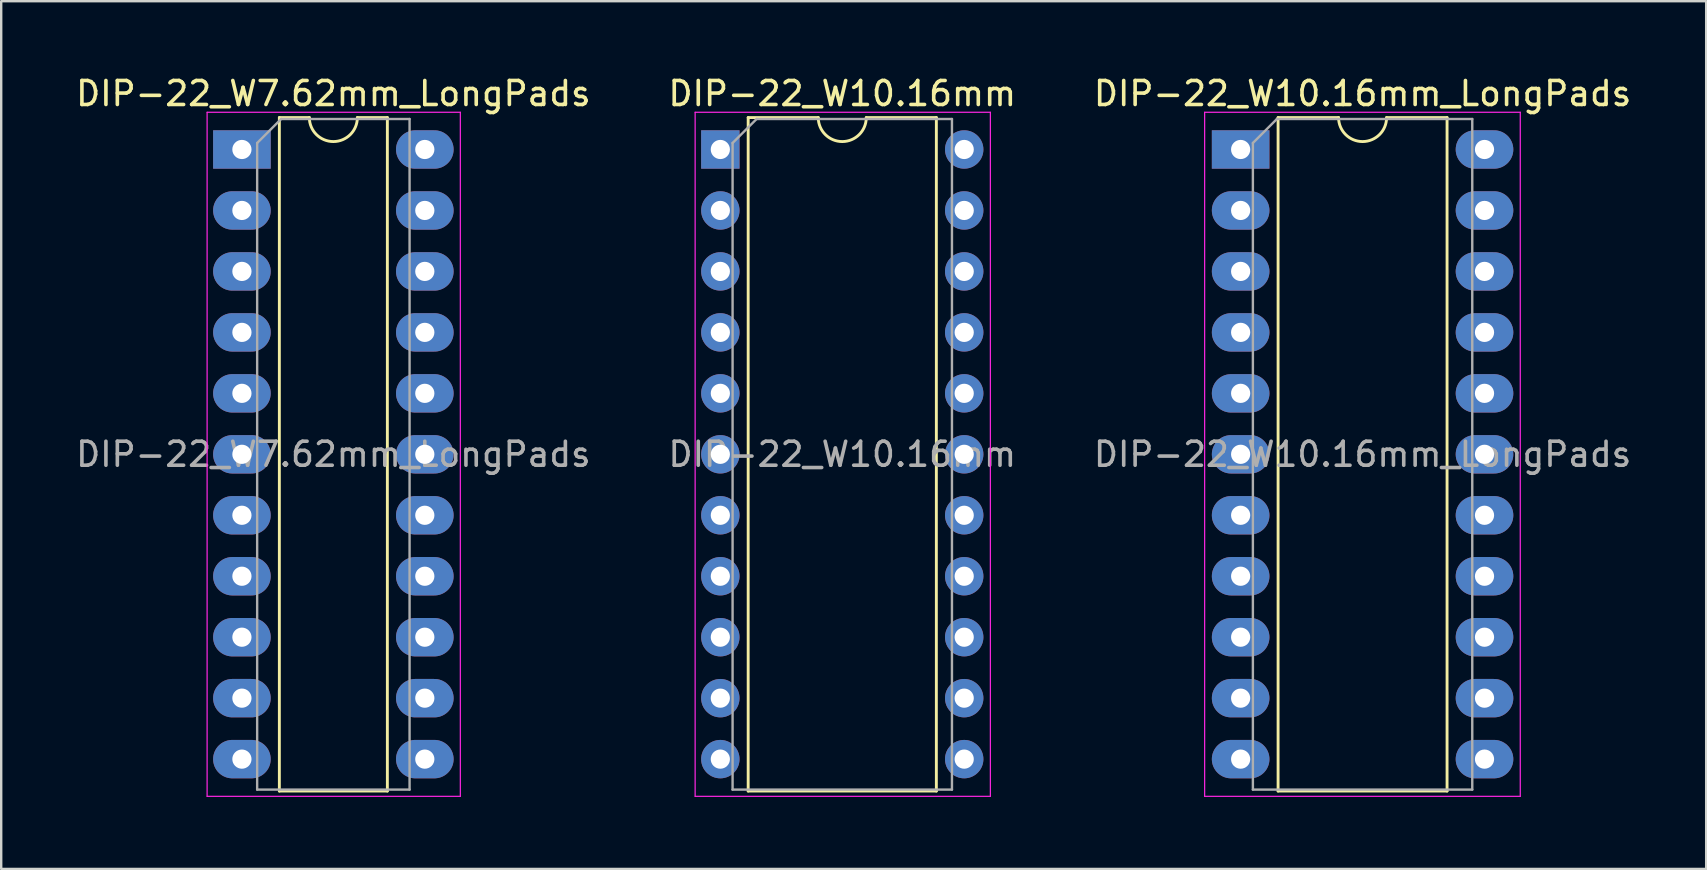
<source format=kicad_pcb>
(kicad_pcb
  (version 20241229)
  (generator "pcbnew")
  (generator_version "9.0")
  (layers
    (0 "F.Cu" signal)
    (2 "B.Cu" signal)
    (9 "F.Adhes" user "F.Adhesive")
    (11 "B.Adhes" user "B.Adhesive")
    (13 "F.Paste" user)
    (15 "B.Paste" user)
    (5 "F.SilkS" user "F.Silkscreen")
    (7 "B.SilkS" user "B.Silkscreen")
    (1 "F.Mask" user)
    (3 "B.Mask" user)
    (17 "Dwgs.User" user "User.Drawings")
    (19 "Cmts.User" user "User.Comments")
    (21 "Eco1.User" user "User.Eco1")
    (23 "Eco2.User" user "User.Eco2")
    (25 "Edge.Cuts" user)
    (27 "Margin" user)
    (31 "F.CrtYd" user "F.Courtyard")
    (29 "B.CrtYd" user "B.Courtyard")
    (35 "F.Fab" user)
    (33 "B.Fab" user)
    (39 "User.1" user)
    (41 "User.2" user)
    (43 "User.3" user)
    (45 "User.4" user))
  (footprint "DIP-22_W10.16mm"
    (layer "F.Cu")
    (at 26.962 3.178)
    (property "Reference" "DIP-22_W10.16mm" (at 5.08 -2.33 0) (layer "F.SilkS") (effects (font (size 1 1) (thickness 0.15))))
    (attr through_hole)
    (fp_line (start 1.16 -1.33) (end 1.16 26.73) (stroke (width 0.12) (type solid)) (layer "F.SilkS"))
    (fp_line (start 1.16 26.73) (end 9 26.73) (stroke (width 0.12) (type solid)) (layer "F.SilkS"))
    (fp_line (start 4.08 -1.33) (end 1.16 -1.33) (stroke (width 0.12) (type solid)) (layer "F.SilkS"))
    (fp_line (start 9 -1.33) (end 6.08 -1.33) (stroke (width 0.12) (type solid)) (layer "F.SilkS"))
    (fp_line (start 9 26.73) (end 9 -1.33) (stroke (width 0.12) (type solid)) (layer "F.SilkS"))
    (fp_arc (start 6.08 -1.33) (mid 5.08 -0.33) (end 4.08 -1.33) (stroke (width 0.12) (type solid)) (layer "F.SilkS"))
    (fp_line (start -1.05 -1.55) (end -1.05 26.95) (stroke (width 0.05) (type solid)) (layer "F.CrtYd"))
    (fp_line (start -1.05 26.95) (end 11.25 26.95) (stroke (width 0.05) (type solid)) (layer "F.CrtYd"))
    (fp_line (start 11.25 -1.55) (end -1.05 -1.55) (stroke (width 0.05) (type solid)) (layer "F.CrtYd"))
    (fp_line (start 11.25 26.95) (end 11.25 -1.55) (stroke (width 0.05) (type solid)) (layer "F.CrtYd"))
    (fp_line (start 0.51 -0.27) (end 1.51 -1.27) (stroke (width 0.1) (type solid)) (layer "F.Fab"))
    (fp_line (start 0.51 26.67) (end 0.51 -0.27) (stroke (width 0.1) (type solid)) (layer "F.Fab"))
    (fp_line (start 1.51 -1.27) (end 9.65 -1.27) (stroke (width 0.1) (type solid)) (layer "F.Fab"))
    (fp_line (start 9.65 -1.27) (end 9.65 26.67) (stroke (width 0.1) (type solid)) (layer "F.Fab"))
    (fp_line (start 9.65 26.67) (end 0.51 26.67) (stroke (width 0.1) (type solid)) (layer "F.Fab"))
    (fp_text user "${REFERENCE}" (at 5.08 12.7 0) (layer "F.Fab") (effects (font (size 1 1) (thickness 0.15))))
    (pad "1" thru_hole rect (at 0 0) (size 1.6 1.6) (drill 0.8) (layers "*.Cu" "*.Mask"))
    (pad "2" thru_hole oval (at 0 2.54) (size 1.6 1.6) (drill 0.8) (layers "*.Cu" "*.Mask"))
    (pad "3" thru_hole oval (at 0 5.08) (size 1.6 1.6) (drill 0.8) (layers "*.Cu" "*.Mask"))
    (pad "4" thru_hole oval (at 0 7.62) (size 1.6 1.6) (drill 0.8) (layers "*.Cu" "*.Mask"))
    (pad "5" thru_hole oval (at 0 10.16) (size 1.6 1.6) (drill 0.8) (layers "*.Cu" "*.Mask"))
    (pad "6" thru_hole oval (at 0 12.7) (size 1.6 1.6) (drill 0.8) (layers "*.Cu" "*.Mask"))
    (pad "7" thru_hole oval (at 0 15.24) (size 1.6 1.6) (drill 0.8) (layers "*.Cu" "*.Mask"))
    (pad "8" thru_hole oval (at 0 17.78) (size 1.6 1.6) (drill 0.8) (layers "*.Cu" "*.Mask"))
    (pad "9" thru_hole oval (at 0 20.32) (size 1.6 1.6) (drill 0.8) (layers "*.Cu" "*.Mask"))
    (pad "10" thru_hole oval (at 0 22.86) (size 1.6 1.6) (drill 0.8) (layers "*.Cu" "*.Mask"))
    (pad "11" thru_hole oval (at 0 25.4) (size 1.6 1.6) (drill 0.8) (layers "*.Cu" "*.Mask"))
    (pad "12" thru_hole oval (at 10.16 25.4) (size 1.6 1.6) (drill 0.8) (layers "*.Cu" "*.Mask"))
    (pad "13" thru_hole oval (at 10.16 22.86) (size 1.6 1.6) (drill 0.8) (layers "*.Cu" "*.Mask"))
    (pad "14" thru_hole oval (at 10.16 20.32) (size 1.6 1.6) (drill 0.8) (layers "*.Cu" "*.Mask"))
    (pad "15" thru_hole oval (at 10.16 17.78) (size 1.6 1.6) (drill 0.8) (layers "*.Cu" "*.Mask"))
    (pad "16" thru_hole oval (at 10.16 15.24) (size 1.6 1.6) (drill 0.8) (layers "*.Cu" "*.Mask"))
    (pad "17" thru_hole oval (at 10.16 12.7) (size 1.6 1.6) (drill 0.8) (layers "*.Cu" "*.Mask"))
    (pad "18" thru_hole oval (at 10.16 10.16) (size 1.6 1.6) (drill 0.8) (layers "*.Cu" "*.Mask"))
    (pad "19" thru_hole oval (at 10.16 7.62) (size 1.6 1.6) (drill 0.8) (layers "*.Cu" "*.Mask"))
    (pad "20" thru_hole oval (at 10.16 5.08) (size 1.6 1.6) (drill 0.8) (layers "*.Cu" "*.Mask"))
    (pad "21" thru_hole oval (at 10.16 2.54) (size 1.6 1.6) (drill 0.8) (layers "*.Cu" "*.Mask"))
    (pad "22" thru_hole oval (at 10.16 0) (size 1.6 1.6) (drill 0.8) (layers "*.Cu" "*.Mask")))
  (footprint "DIP-22_W7.62mm_LongPads"
    (layer "F.Cu")
    (at 7.029 3.178)
    (property "Reference" "DIP-22_W7.62mm_LongPads" (at 3.81 -2.33 0) (layer "F.SilkS") (effects (font (size 1 1) (thickness 0.15))))
    (attr through_hole)
    (fp_line (start 1.56 -1.33) (end 1.56 26.73) (stroke (width 0.12) (type solid)) (layer "F.SilkS"))
    (fp_line (start 1.56 26.73) (end 6.06 26.73) (stroke (width 0.12) (type solid)) (layer "F.SilkS"))
    (fp_line (start 2.81 -1.33) (end 1.56 -1.33) (stroke (width 0.12) (type solid)) (layer "F.SilkS"))
    (fp_line (start 6.06 -1.33) (end 4.81 -1.33) (stroke (width 0.12) (type solid)) (layer "F.SilkS"))
    (fp_line (start 6.06 26.73) (end 6.06 -1.33) (stroke (width 0.12) (type solid)) (layer "F.SilkS"))
    (fp_arc (start 4.81 -1.33) (mid 3.81 -0.33) (end 2.81 -1.33) (stroke (width 0.12) (type solid)) (layer "F.SilkS"))
    (fp_line (start -1.45 -1.55) (end -1.45 26.95) (stroke (width 0.05) (type solid)) (layer "F.CrtYd"))
    (fp_line (start -1.45 26.95) (end 9.1 26.95) (stroke (width 0.05) (type solid)) (layer "F.CrtYd"))
    (fp_line (start 9.1 -1.55) (end -1.45 -1.55) (stroke (width 0.05) (type solid)) (layer "F.CrtYd"))
    (fp_line (start 9.1 26.95) (end 9.1 -1.55) (stroke (width 0.05) (type solid)) (layer "F.CrtYd"))
    (fp_line (start 0.635 -0.27) (end 1.635 -1.27) (stroke (width 0.1) (type solid)) (layer "F.Fab"))
    (fp_line (start 0.635 26.67) (end 0.635 -0.27) (stroke (width 0.1) (type solid)) (layer "F.Fab"))
    (fp_line (start 1.635 -1.27) (end 6.985 -1.27) (stroke (width 0.1) (type solid)) (layer "F.Fab"))
    (fp_line (start 6.985 -1.27) (end 6.985 26.67) (stroke (width 0.1) (type solid)) (layer "F.Fab"))
    (fp_line (start 6.985 26.67) (end 0.635 26.67) (stroke (width 0.1) (type solid)) (layer "F.Fab"))
    (fp_text user "${REFERENCE}" (at 3.81 12.7 0) (layer "F.Fab") (effects (font (size 1 1) (thickness 0.15))))
    (pad "1" thru_hole rect (at 0 0) (size 2.4 1.6) (drill 0.8) (layers "*.Cu" "*.Mask"))
    (pad "2" thru_hole oval (at 0 2.54) (size 2.4 1.6) (drill 0.8) (layers "*.Cu" "*.Mask"))
    (pad "3" thru_hole oval (at 0 5.08) (size 2.4 1.6) (drill 0.8) (layers "*.Cu" "*.Mask"))
    (pad "4" thru_hole oval (at 0 7.62) (size 2.4 1.6) (drill 0.8) (layers "*.Cu" "*.Mask"))
    (pad "5" thru_hole oval (at 0 10.16) (size 2.4 1.6) (drill 0.8) (layers "*.Cu" "*.Mask"))
    (pad "6" thru_hole oval (at 0 12.7) (size 2.4 1.6) (drill 0.8) (layers "*.Cu" "*.Mask"))
    (pad "7" thru_hole oval (at 0 15.24) (size 2.4 1.6) (drill 0.8) (layers "*.Cu" "*.Mask"))
    (pad "8" thru_hole oval (at 0 17.78) (size 2.4 1.6) (drill 0.8) (layers "*.Cu" "*.Mask"))
    (pad "9" thru_hole oval (at 0 20.32) (size 2.4 1.6) (drill 0.8) (layers "*.Cu" "*.Mask"))
    (pad "10" thru_hole oval (at 0 22.86) (size 2.4 1.6) (drill 0.8) (layers "*.Cu" "*.Mask"))
    (pad "11" thru_hole oval (at 0 25.4) (size 2.4 1.6) (drill 0.8) (layers "*.Cu" "*.Mask"))
    (pad "12" thru_hole oval (at 7.62 25.4) (size 2.4 1.6) (drill 0.8) (layers "*.Cu" "*.Mask"))
    (pad "13" thru_hole oval (at 7.62 22.86) (size 2.4 1.6) (drill 0.8) (layers "*.Cu" "*.Mask"))
    (pad "14" thru_hole oval (at 7.62 20.32) (size 2.4 1.6) (drill 0.8) (layers "*.Cu" "*.Mask"))
    (pad "15" thru_hole oval (at 7.62 17.78) (size 2.4 1.6) (drill 0.8) (layers "*.Cu" "*.Mask"))
    (pad "16" thru_hole oval (at 7.62 15.24) (size 2.4 1.6) (drill 0.8) (layers "*.Cu" "*.Mask"))
    (pad "17" thru_hole oval (at 7.62 12.7) (size 2.4 1.6) (drill 0.8) (layers "*.Cu" "*.Mask"))
    (pad "18" thru_hole oval (at 7.62 10.16) (size 2.4 1.6) (drill 0.8) (layers "*.Cu" "*.Mask"))
    (pad "19" thru_hole oval (at 7.62 7.62) (size 2.4 1.6) (drill 0.8) (layers "*.Cu" "*.Mask"))
    (pad "20" thru_hole oval (at 7.62 5.08) (size 2.4 1.6) (drill 0.8) (layers "*.Cu" "*.Mask"))
    (pad "21" thru_hole oval (at 7.62 2.54) (size 2.4 1.6) (drill 0.8) (layers "*.Cu" "*.Mask"))
    (pad "22" thru_hole oval (at 7.62 0) (size 2.4 1.6) (drill 0.8) (layers "*.Cu" "*.Mask")))
  (footprint "DIP-22_W10.16mm_LongPads"
    (layer "F.Cu")
    (at 48.64 3.178)
    (property "Reference" "DIP-22_W10.16mm_LongPads" (at 5.08 -2.33 0) (layer "F.SilkS") (effects (font (size 1 1) (thickness 0.15))))
    (attr through_hole)
    (fp_line (start 1.56 -1.33) (end 1.56 26.73) (stroke (width 0.12) (type solid)) (layer "F.SilkS"))
    (fp_line (start 1.56 26.73) (end 8.6 26.73) (stroke (width 0.12) (type solid)) (layer "F.SilkS"))
    (fp_line (start 4.08 -1.33) (end 1.56 -1.33) (stroke (width 0.12) (type solid)) (layer "F.SilkS"))
    (fp_line (start 8.6 -1.33) (end 6.08 -1.33) (stroke (width 0.12) (type solid)) (layer "F.SilkS"))
    (fp_line (start 8.6 26.73) (end 8.6 -1.33) (stroke (width 0.12) (type solid)) (layer "F.SilkS"))
    (fp_arc (start 6.08 -1.33) (mid 5.08 -0.33) (end 4.08 -1.33) (stroke (width 0.12) (type solid)) (layer "F.SilkS"))
    (fp_line (start -1.5 -1.55) (end -1.5 26.95) (stroke (width 0.05) (type solid)) (layer "F.CrtYd"))
    (fp_line (start -1.5 26.95) (end 11.65 26.95) (stroke (width 0.05) (type solid)) (layer "F.CrtYd"))
    (fp_line (start 11.65 -1.55) (end -1.5 -1.55) (stroke (width 0.05) (type solid)) (layer "F.CrtYd"))
    (fp_line (start 11.65 26.95) (end 11.65 -1.55) (stroke (width 0.05) (type solid)) (layer "F.CrtYd"))
    (fp_line (start 0.51 -0.27) (end 1.51 -1.27) (stroke (width 0.1) (type solid)) (layer "F.Fab"))
    (fp_line (start 0.51 26.67) (end 0.51 -0.27) (stroke (width 0.1) (type solid)) (layer "F.Fab"))
    (fp_line (start 1.51 -1.27) (end 9.65 -1.27) (stroke (width 0.1) (type solid)) (layer "F.Fab"))
    (fp_line (start 9.65 -1.27) (end 9.65 26.67) (stroke (width 0.1) (type solid)) (layer "F.Fab"))
    (fp_line (start 9.65 26.67) (end 0.51 26.67) (stroke (width 0.1) (type solid)) (layer "F.Fab"))
    (fp_text user "${REFERENCE}" (at 5.08 12.7 0) (layer "F.Fab") (effects (font (size 1 1) (thickness 0.15))))
    (pad "1" thru_hole rect (at 0 0) (size 2.4 1.6) (drill 0.8) (layers "*.Cu" "*.Mask"))
    (pad "2" thru_hole oval (at 0 2.54) (size 2.4 1.6) (drill 0.8) (layers "*.Cu" "*.Mask"))
    (pad "3" thru_hole oval (at 0 5.08) (size 2.4 1.6) (drill 0.8) (layers "*.Cu" "*.Mask"))
    (pad "4" thru_hole oval (at 0 7.62) (size 2.4 1.6) (drill 0.8) (layers "*.Cu" "*.Mask"))
    (pad "5" thru_hole oval (at 0 10.16) (size 2.4 1.6) (drill 0.8) (layers "*.Cu" "*.Mask"))
    (pad "6" thru_hole oval (at 0 12.7) (size 2.4 1.6) (drill 0.8) (layers "*.Cu" "*.Mask"))
    (pad "7" thru_hole oval (at 0 15.24) (size 2.4 1.6) (drill 0.8) (layers "*.Cu" "*.Mask"))
    (pad "8" thru_hole oval (at 0 17.78) (size 2.4 1.6) (drill 0.8) (layers "*.Cu" "*.Mask"))
    (pad "9" thru_hole oval (at 0 20.32) (size 2.4 1.6) (drill 0.8) (layers "*.Cu" "*.Mask"))
    (pad "10" thru_hole oval (at 0 22.86) (size 2.4 1.6) (drill 0.8) (layers "*.Cu" "*.Mask"))
    (pad "11" thru_hole oval (at 0 25.4) (size 2.4 1.6) (drill 0.8) (layers "*.Cu" "*.Mask"))
    (pad "12" thru_hole oval (at 10.16 25.4) (size 2.4 1.6) (drill 0.8) (layers "*.Cu" "*.Mask"))
    (pad "13" thru_hole oval (at 10.16 22.86) (size 2.4 1.6) (drill 0.8) (layers "*.Cu" "*.Mask"))
    (pad "14" thru_hole oval (at 10.16 20.32) (size 2.4 1.6) (drill 0.8) (layers "*.Cu" "*.Mask"))
    (pad "15" thru_hole oval (at 10.16 17.78) (size 2.4 1.6) (drill 0.8) (layers "*.Cu" "*.Mask"))
    (pad "16" thru_hole oval (at 10.16 15.24) (size 2.4 1.6) (drill 0.8) (layers "*.Cu" "*.Mask"))
    (pad "17" thru_hole oval (at 10.16 12.7) (size 2.4 1.6) (drill 0.8) (layers "*.Cu" "*.Mask"))
    (pad "18" thru_hole oval (at 10.16 10.16) (size 2.4 1.6) (drill 0.8) (layers "*.Cu" "*.Mask"))
    (pad "19" thru_hole oval (at 10.16 7.62) (size 2.4 1.6) (drill 0.8) (layers "*.Cu" "*.Mask"))
    (pad "20" thru_hole oval (at 10.16 5.08) (size 2.4 1.6) (drill 0.8) (layers "*.Cu" "*.Mask"))
    (pad "21" thru_hole oval (at 10.16 2.54) (size 2.4 1.6) (drill 0.8) (layers "*.Cu" "*.Mask"))
    (pad "22" thru_hole oval (at 10.16 0) (size 2.4 1.6) (drill 0.8) (layers "*.Cu" "*.Mask")))
  (gr_rect
    (start -3 -3)
    (end 68.036 33.153)
    (stroke (width 0.1) (type default))
    (fill no)
    (layer "Edge.Cuts")))
</source>
